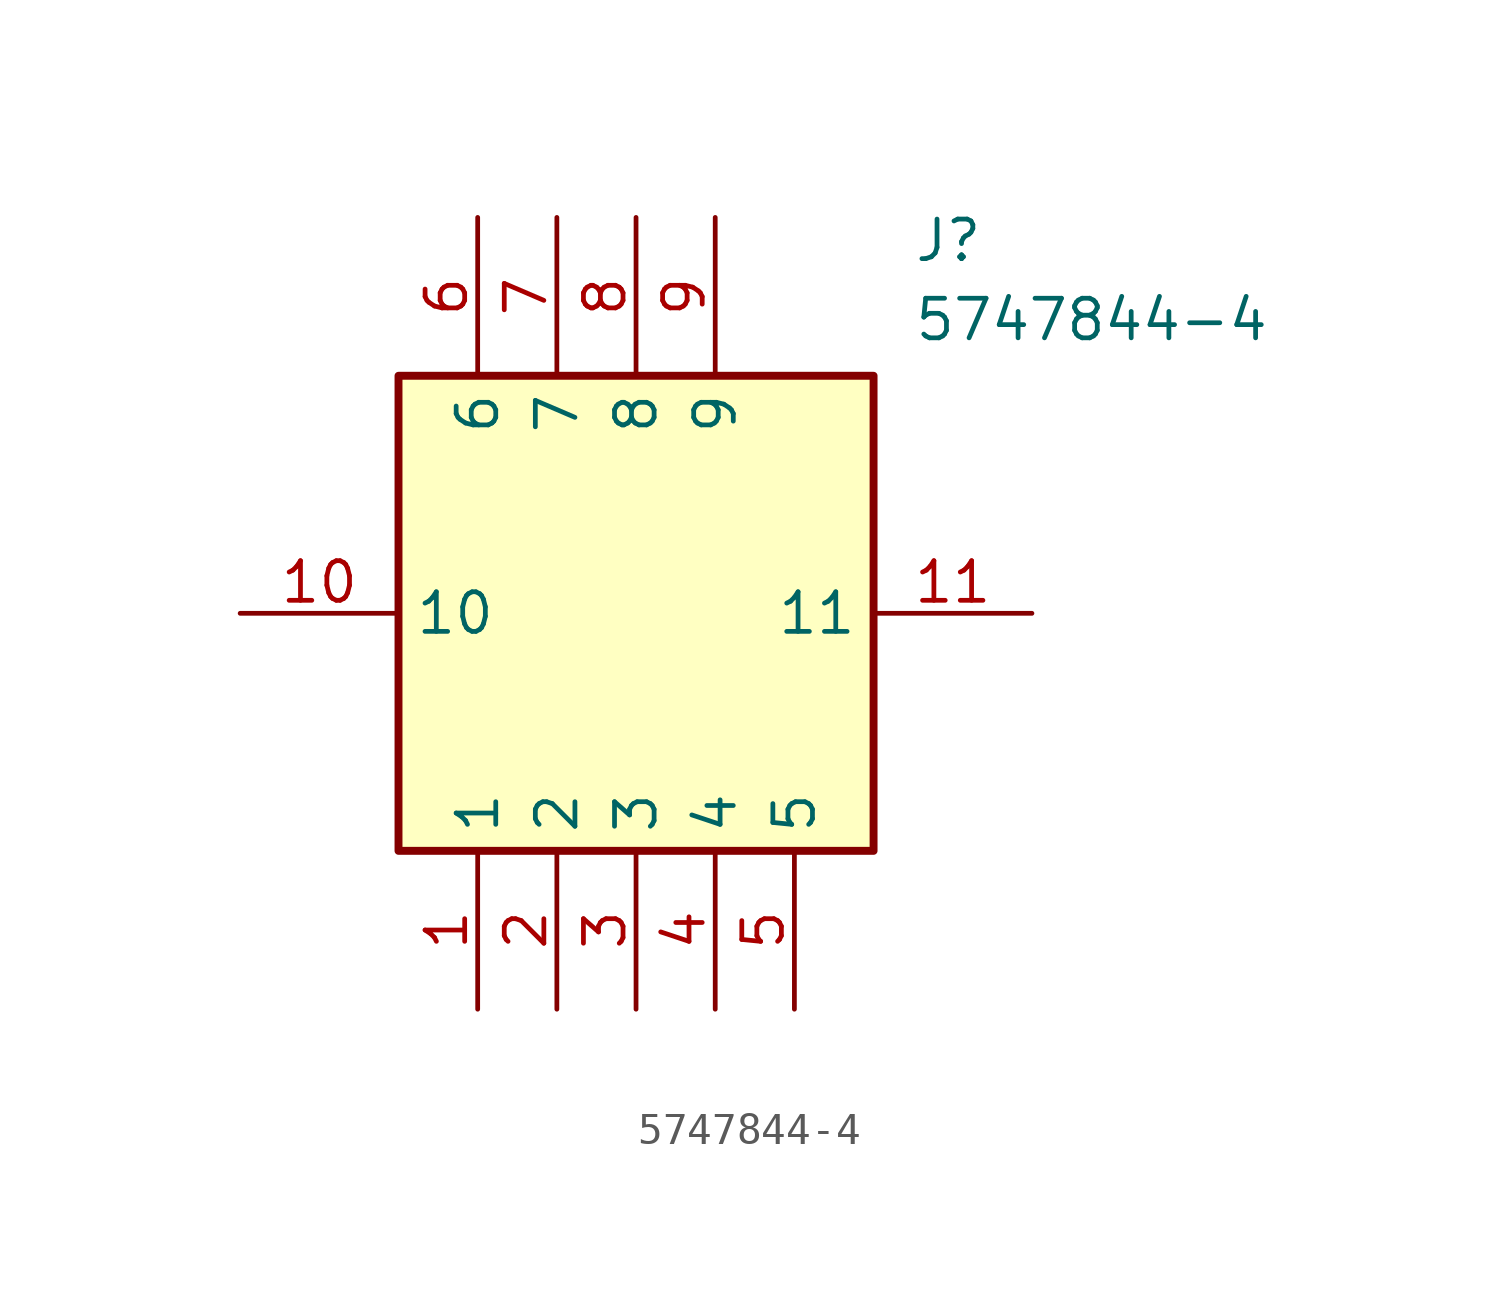
<source format=kicad_sym>
(kicad_symbol_lib
  (version 20211014)
  (generator SamacSys_ECAD_Model)
  (symbol "5747844-4"
    (property "Reference" "J"
      (at 21.59 12.7 0)
      (effects (font (size 1.27 1.27)) (justify left top)))
    (property "Value" "5747844-4"
      (at 21.59 10.16 0)
      (effects (font (size 1.27 1.27)) (justify left top)))
    (rectangle
      (start 5.08 7.62)
      (end 20.32 -7.62)
      (stroke (width 0.254) (type default))
      (fill (type background)))
    (pin passive line
      (at 7.62 -12.7 90)
      (length 5.08)
      (name "1" (effects (font (size 1.27 1.27))))
      (number "1" (effects (font (size 1.27 1.27)))))
    (pin passive line
      (at 10.16 -12.7 90)
      (length 5.08)
      (name "2" (effects (font (size 1.27 1.27))))
      (number "2" (effects (font (size 1.27 1.27)))))
    (pin passive line
      (at 12.7 -12.7 90)
      (length 5.08)
      (name "3" (effects (font (size 1.27 1.27))))
      (number "3" (effects (font (size 1.27 1.27)))))
    (pin passive line
      (at 15.24 -12.7 90)
      (length 5.08)
      (name "4" (effects (font (size 1.27 1.27))))
      (number "4" (effects (font (size 1.27 1.27)))))
    (pin passive line
      (at 17.78 -12.7 90)
      (length 5.08)
      (name "5" (effects (font (size 1.27 1.27))))
      (number "5" (effects (font (size 1.27 1.27)))))
    (pin passive line
      (at 7.62 12.7 270)
      (length 5.08)
      (name "6" (effects (font (size 1.27 1.27))))
      (number "6" (effects (font (size 1.27 1.27)))))
    (pin passive line
      (at 10.16 12.7 270)
      (length 5.08)
      (name "7" (effects (font (size 1.27 1.27))))
      (number "7" (effects (font (size 1.27 1.27)))))
    (pin passive line
      (at 12.7 12.7 270)
      (length 5.08)
      (name "8" (effects (font (size 1.27 1.27))))
      (number "8" (effects (font (size 1.27 1.27)))))
    (pin passive line
      (at 15.24 12.7 270)
      (length 5.08)
      (name "9" (effects (font (size 1.27 1.27))))
      (number "9" (effects (font (size 1.27 1.27)))))
    (pin passive line
      (at 0 0 0)
      (length 5.08)
      (name "10" (effects (font (size 1.27 1.27))))
      (number "10" (effects (font (size 1.27 1.27)))))
    (pin passive line
      (at 25.4 0 180)
      (length 5.08)
      (name "11" (effects (font (size 1.27 1.27))))
      (number "11" (effects (font (size 1.27 1.27)))))))
</source>
